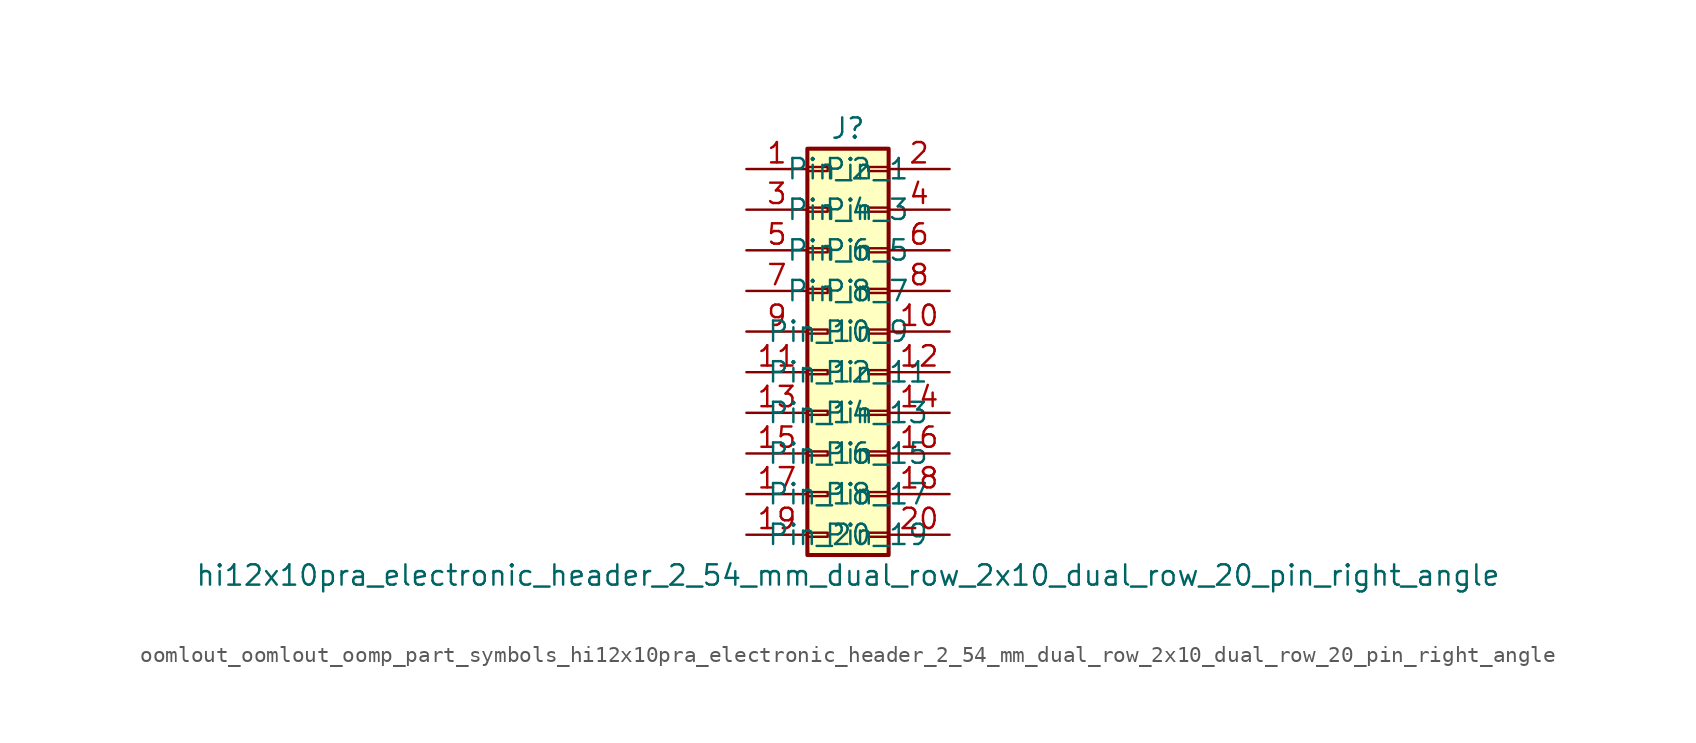
<source format=kicad_sym>
(kicad_symbol_lib
  (version 20220914)
  (generator kicad_symbol_editor)
  (symbol "oomlout_oomlout_oomp_part_symbols_hi12x10pra_electronic_header_2_54_mm_dual_row_2x10_dual_row_20_pin_right_angle"
    (pin_names
      (offset 1.016))
    (property "Reference" "J"
      (at 1.27 12.7 0)
      (effects (font (size 1.27 1.27))))
    (property "Value" "hi12x10pra_electronic_header_2_54_mm_dual_row_2x10_dual_row_20_pin_right_angle"
      (at 1.27 -15.24 0)
      (effects (font (size 1.27 1.27))))
    (symbol "oomlout_oomlout_oomp_part_symbols_hi12x10pra_electronic_header_2_54_mm_dual_row_2x10_dual_row_20_pin_right_angle_1_1"
      (rectangle (start -1.27 -12.573) (end 0 -12.827) (stroke (width 0.152) (type default)) (fill (type none)))
      (rectangle (start -1.27 -10.033) (end 0 -10.287) (stroke (width 0.152) (type default)) (fill (type none)))
      (rectangle (start -1.27 -7.493) (end 0 -7.747) (stroke (width 0.152) (type default)) (fill (type none)))
      (rectangle (start -1.27 -4.953) (end 0 -5.207) (stroke (width 0.152) (type default)) (fill (type none)))
      (rectangle (start -1.27 -2.413) (end 0 -2.667) (stroke (width 0.152) (type default)) (fill (type none)))
      (rectangle (start -1.27 0.127) (end 0 -0.127) (stroke (width 0.152) (type default)) (fill (type none)))
      (rectangle (start -1.27 2.667) (end 0 2.413) (stroke (width 0.152) (type default)) (fill (type none)))
      (rectangle (start -1.27 5.207) (end 0 4.953) (stroke (width 0.152) (type default)) (fill (type none)))
      (rectangle (start -1.27 7.747) (end 0 7.493) (stroke (width 0.152) (type default)) (fill (type none)))
      (rectangle (start -1.27 10.287) (end 0 10.033) (stroke (width 0.152) (type default)) (fill (type none)))
      (rectangle (start -1.27 11.43) (end 3.81 -13.97) (stroke (width 0.254) (type default)) (fill (type background)))
      (rectangle (start 3.81 -12.573) (end 2.54 -12.827) (stroke (width 0.152) (type default)) (fill (type none)))
      (rectangle (start 3.81 -10.033) (end 2.54 -10.287) (stroke (width 0.152) (type default)) (fill (type none)))
      (rectangle (start 3.81 -7.493) (end 2.54 -7.747) (stroke (width 0.152) (type default)) (fill (type none)))
      (rectangle (start 3.81 -4.953) (end 2.54 -5.207) (stroke (width 0.152) (type default)) (fill (type none)))
      (rectangle (start 3.81 -2.413) (end 2.54 -2.667) (stroke (width 0.152) (type default)) (fill (type none)))
      (rectangle (start 3.81 0.127) (end 2.54 -0.127) (stroke (width 0.152) (type default)) (fill (type none)))
      (rectangle (start 3.81 2.667) (end 2.54 2.413) (stroke (width 0.152) (type default)) (fill (type none)))
      (rectangle (start 3.81 5.207) (end 2.54 4.953) (stroke (width 0.152) (type default)) (fill (type none)))
      (rectangle (start 3.81 7.747) (end 2.54 7.493) (stroke (width 0.152) (type default)) (fill (type none)))
      (rectangle (start 3.81 10.287) (end 2.54 10.033) (stroke (width 0.152) (type default)) (fill (type none)))
      (pin passive line (at -5.08 10.16 0) (length 3.81) (name "Pin_1" (effects (font (size 1.27 1.27)))) (number "1" (effects (font (size 1.27 1.27)))))
      (pin passive line (at 7.62 0 180) (length 3.81) (name "Pin_10" (effects (font (size 1.27 1.27)))) (number "10" (effects (font (size 1.27 1.27)))))
      (pin passive line (at -5.08 -2.54 0) (length 3.81) (name "Pin_11" (effects (font (size 1.27 1.27)))) (number "11" (effects (font (size 1.27 1.27)))))
      (pin passive line (at 7.62 -2.54 180) (length 3.81) (name "Pin_12" (effects (font (size 1.27 1.27)))) (number "12" (effects (font (size 1.27 1.27)))))
      (pin passive line (at -5.08 -5.08 0) (length 3.81) (name "Pin_13" (effects (font (size 1.27 1.27)))) (number "13" (effects (font (size 1.27 1.27)))))
      (pin passive line (at 7.62 -5.08 180) (length 3.81) (name "Pin_14" (effects (font (size 1.27 1.27)))) (number "14" (effects (font (size 1.27 1.27)))))
      (pin passive line (at -5.08 -7.62 0) (length 3.81) (name "Pin_15" (effects (font (size 1.27 1.27)))) (number "15" (effects (font (size 1.27 1.27)))))
      (pin passive line (at 7.62 -7.62 180) (length 3.81) (name "Pin_16" (effects (font (size 1.27 1.27)))) (number "16" (effects (font (size 1.27 1.27)))))
      (pin passive line (at -5.08 -10.16 0) (length 3.81) (name "Pin_17" (effects (font (size 1.27 1.27)))) (number "17" (effects (font (size 1.27 1.27)))))
      (pin passive line (at 7.62 -10.16 180) (length 3.81) (name "Pin_18" (effects (font (size 1.27 1.27)))) (number "18" (effects (font (size 1.27 1.27)))))
      (pin passive line (at -5.08 -12.7 0) (length 3.81) (name "Pin_19" (effects (font (size 1.27 1.27)))) (number "19" (effects (font (size 1.27 1.27)))))
      (pin passive line (at 7.62 10.16 180) (length 3.81) (name "Pin_2" (effects (font (size 1.27 1.27)))) (number "2" (effects (font (size 1.27 1.27)))))
      (pin passive line (at 7.62 -12.7 180) (length 3.81) (name "Pin_20" (effects (font (size 1.27 1.27)))) (number "20" (effects (font (size 1.27 1.27)))))
      (pin passive line (at -5.08 7.62 0) (length 3.81) (name "Pin_3" (effects (font (size 1.27 1.27)))) (number "3" (effects (font (size 1.27 1.27)))))
      (pin passive line (at 7.62 7.62 180) (length 3.81) (name "Pin_4" (effects (font (size 1.27 1.27)))) (number "4" (effects (font (size 1.27 1.27)))))
      (pin passive line (at -5.08 5.08 0) (length 3.81) (name "Pin_5" (effects (font (size 1.27 1.27)))) (number "5" (effects (font (size 1.27 1.27)))))
      (pin passive line (at 7.62 5.08 180) (length 3.81) (name "Pin_6" (effects (font (size 1.27 1.27)))) (number "6" (effects (font (size 1.27 1.27)))))
      (pin passive line (at -5.08 2.54 0) (length 3.81) (name "Pin_7" (effects (font (size 1.27 1.27)))) (number "7" (effects (font (size 1.27 1.27)))))
      (pin passive line (at 7.62 2.54 180) (length 3.81) (name "Pin_8" (effects (font (size 1.27 1.27)))) (number "8" (effects (font (size 1.27 1.27)))))
      (pin passive line (at -5.08 0 0) (length 3.81) (name "Pin_9" (effects (font (size 1.27 1.27)))) (number "9" (effects (font (size 1.27 1.27))))))))
</source>
